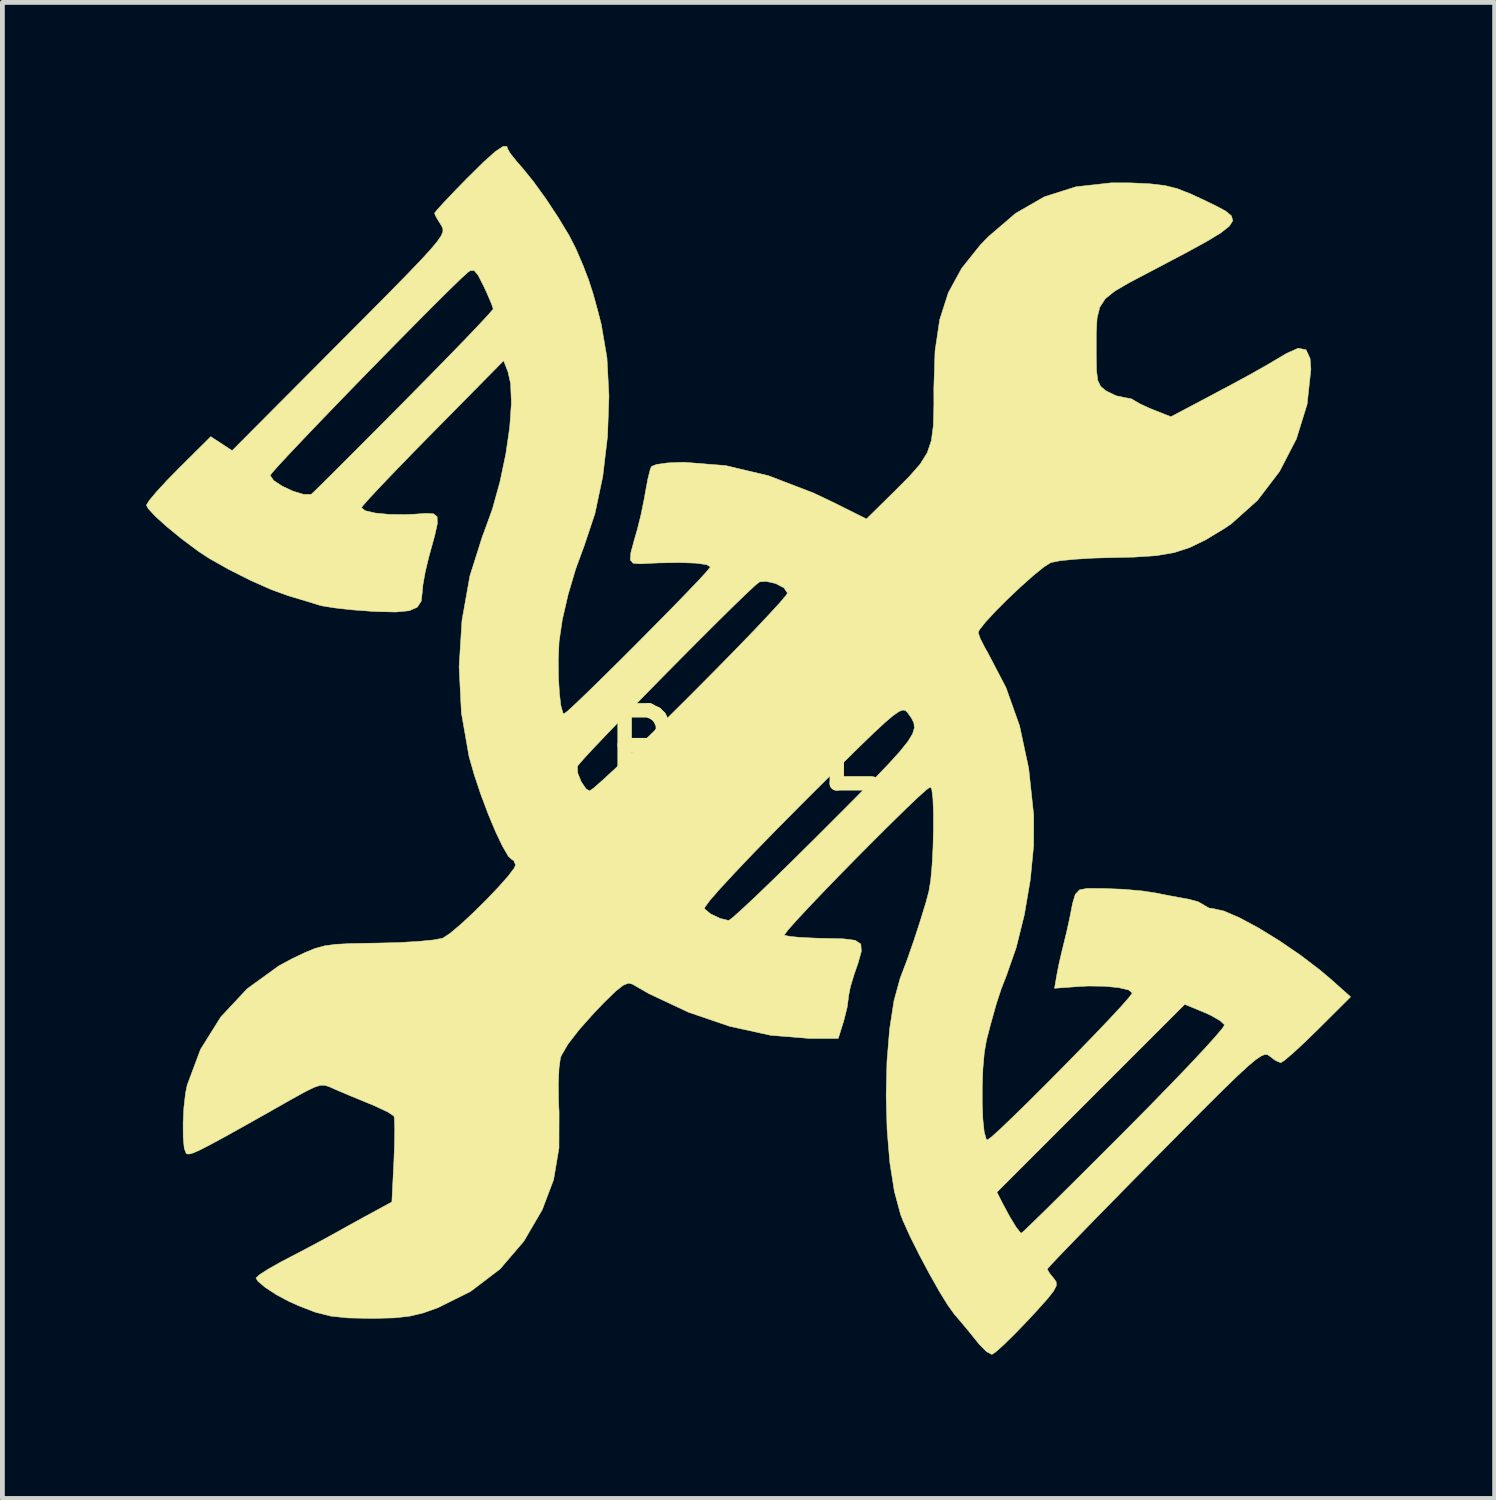
<source format=kicad_pcb>
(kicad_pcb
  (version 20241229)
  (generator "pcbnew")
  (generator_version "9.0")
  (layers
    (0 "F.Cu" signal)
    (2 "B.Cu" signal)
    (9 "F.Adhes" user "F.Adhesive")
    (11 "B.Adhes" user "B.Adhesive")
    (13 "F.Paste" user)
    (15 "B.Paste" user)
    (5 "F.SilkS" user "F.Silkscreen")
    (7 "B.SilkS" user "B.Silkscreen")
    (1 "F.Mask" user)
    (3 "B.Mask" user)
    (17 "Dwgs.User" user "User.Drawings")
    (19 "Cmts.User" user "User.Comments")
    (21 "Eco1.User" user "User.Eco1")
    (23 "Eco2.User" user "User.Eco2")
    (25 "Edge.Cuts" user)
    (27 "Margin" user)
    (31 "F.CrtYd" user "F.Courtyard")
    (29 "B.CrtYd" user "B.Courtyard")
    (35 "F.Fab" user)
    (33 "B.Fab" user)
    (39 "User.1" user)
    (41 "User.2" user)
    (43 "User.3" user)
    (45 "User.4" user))
  (footprint "BHVL"
    (layer "F.Cu")
    (at 12.451 12.607)
    (property "Reference" "BHVL" (at 0 0 0) (layer "F.SilkS") (effects (font (size 1.524 1.524) (thickness 0.3))))
    (attr through_hole)
    (fp_poly (pts (xy -4.923 -12.602) (xy -4.909 -12.552) (xy -4.855 -12.458) (xy -4.719 -12.287) (xy -4.599 -12.15) (xy -4.373 -11.872) (xy -4.111 -11.51) (xy -3.852 -11.118) (xy -3.63 -10.751) (xy -3.489 -10.477) (xy -3.335 -10.119) (xy -3.221 -9.823) (xy -3.125 -9.527) (xy -3.026 -9.167) (xy -2.955 -8.89) (xy -2.836 -8.192) (xy -2.794 -7.396) (xy -2.824 -6.554) (xy -2.923 -5.718) (xy -3.087 -4.939) (xy -3.308 -4.276) (xy -3.487 -3.789) (xy -3.647 -3.249) (xy -3.768 -2.722) (xy -3.834 -2.276) (xy -3.836 -2.245) (xy -3.851 -1.884) (xy -3.847 -1.519) (xy -3.828 -1.188) (xy -3.797 -0.929) (xy -3.755 -0.782) (xy -3.732 -0.762) (xy -3.657 -0.819) (xy -3.484 -0.979) (xy -3.232 -1.22) (xy -2.921 -1.524) (xy -2.571 -1.87) (xy -2.202 -2.239) (xy -1.833 -2.611) (xy -1.483 -2.966) (xy -1.174 -3.285) (xy -0.923 -3.547) (xy -0.752 -3.734) (xy -0.679 -3.824) (xy -0.677 -3.828) (xy -0.757 -3.875) (xy -0.98 -3.906) (xy -1.319 -3.918) (xy -1.748 -3.911) (xy -1.895 -3.905) (xy -2.142 -3.892) (xy -2.289 -3.904) (xy -2.349 -3.972) (xy -2.337 -4.125) (xy -2.264 -4.395) (xy -2.201 -4.614) (xy -2.127 -4.91) (xy -2.056 -5.258) (xy -2.033 -5.393) (xy -1.983 -5.66) (xy -1.933 -5.86) (xy -1.908 -5.922) (xy -1.801 -5.966) (xy -1.57 -5.998) (xy -1.26 -6.011) (xy -1.224 -6.011) (xy -0.359 -5.942) (xy 0.533 -5.731) (xy 1.47 -5.372) (xy 1.86 -5.187) (xy 2.58 -4.828) (xy 3.159 -5.399) (xy 3.476 -5.717) (xy 3.701 -5.974) (xy 3.848 -6.21) (xy 3.934 -6.465) (xy 3.975 -6.781) (xy 3.986 -7.199) (xy 3.985 -7.55) (xy 4.01 -8.33) (xy 4.107 -8.986) (xy 4.288 -9.55) (xy 4.565 -10.057) (xy 4.95 -10.539) (xy 5.118 -10.714) (xy 5.692 -11.206) (xy 6.292 -11.551) (xy 6.948 -11.759) (xy 7.689 -11.842) (xy 8.09 -11.841) (xy 8.502 -11.821) (xy 8.807 -11.785) (xy 9.068 -11.72) (xy 9.346 -11.61) (xy 9.595 -11.495) (xy 9.871 -11.362) (xy 10.074 -11.253) (xy 10.194 -11.154) (xy 10.223 -11.052) (xy 10.15 -10.937) (xy 9.968 -10.794) (xy 9.666 -10.612) (xy 9.236 -10.377) (xy 8.669 -10.078) (xy 8.492 -9.985) (xy 8.064 -9.76) (xy 7.762 -9.584) (xy 7.563 -9.424) (xy 7.447 -9.246) (xy 7.391 -9.016) (xy 7.374 -8.7) (xy 7.374 -8.265) (xy 7.374 -8.24) (xy 7.38 -7.917) (xy 7.406 -7.718) (xy 7.464 -7.597) (xy 7.566 -7.509) (xy 7.579 -7.5) (xy 7.785 -7.4) (xy 7.942 -7.366) (xy 8.108 -7.335) (xy 8.163 -7.303) (xy 8.276 -7.235) (xy 8.484 -7.139) (xy 8.58 -7.1) (xy 8.932 -6.961) (xy 9.694 -7.364) (xy 10.207 -7.637) (xy 10.61 -7.856) (xy 10.942 -8.044) (xy 11.245 -8.223) (xy 11.341 -8.281) (xy 11.589 -8.391) (xy 11.752 -8.358) (xy 11.836 -8.177) (xy 11.853 -7.952) (xy 11.774 -7.221) (xy 11.55 -6.498) (xy 11.198 -5.818) (xy 10.739 -5.216) (xy 10.191 -4.726) (xy 10.043 -4.626) (xy 9.659 -4.394) (xy 9.326 -4.232) (xy 8.997 -4.125) (xy 8.626 -4.062) (xy 8.166 -4.032) (xy 7.747 -4.023) (xy 7.312 -4.011) (xy 6.92 -3.987) (xy 6.613 -3.956) (xy 6.431 -3.919) (xy 6.421 -3.915) (xy 6.274 -3.821) (xy 6.055 -3.643) (xy 5.794 -3.41) (xy 5.521 -3.152) (xy 5.267 -2.897) (xy 5.062 -2.675) (xy 4.936 -2.515) (xy 4.911 -2.459) (xy 4.952 -2.335) (xy 5.055 -2.133) (xy 5.103 -2.051) (xy 5.49 -1.31) (xy 5.774 -0.512) (xy 5.964 0.375) (xy 6.069 1.355) (xy 6.068 1.982) (xy 5.999 2.695) (xy 5.874 3.429) (xy 5.702 4.122) (xy 5.5 4.699) (xy 5.393 4.973) (xy 5.289 5.29) (xy 5.175 5.696) (xy 5.082 6.054) (xy 5.038 6.308) (xy 5.009 6.639) (xy 4.995 7.008) (xy 4.995 7.378) (xy 5.009 7.711) (xy 5.037 7.968) (xy 5.078 8.112) (xy 5.101 8.13) (xy 5.183 8.072) (xy 5.361 7.912) (xy 5.616 7.668) (xy 5.929 7.363) (xy 6.279 7.014) (xy 6.648 6.643) (xy 7.014 6.269) (xy 7.359 5.913) (xy 7.662 5.594) (xy 7.904 5.333) (xy 8.065 5.149) (xy 8.126 5.063) (xy 8.126 5.063) (xy 8.05 5) (xy 7.846 4.952) (xy 7.553 4.923) (xy 7.211 4.918) (xy 7.017 4.928) (xy 6.504 4.965) (xy 6.548 4.705) (xy 6.599 4.445) (xy 6.668 4.148) (xy 6.679 4.106) (xy 6.75 3.816) (xy 6.81 3.546) (xy 6.817 3.514) (xy 6.88 3.194) (xy 6.937 3.004) (xy 7.026 2.911) (xy 7.185 2.881) (xy 7.455 2.882) (xy 7.558 2.884) (xy 7.941 2.899) (xy 8.327 2.933) (xy 8.594 2.973) (xy 8.906 3.034) (xy 9.199 3.088) (xy 9.293 3.104) (xy 9.496 3.158) (xy 9.613 3.223) (xy 9.615 3.227) (xy 9.73 3.292) (xy 9.81 3.302) (xy 10.039 3.353) (xy 10.367 3.495) (xy 10.763 3.708) (xy 11.196 3.974) (xy 11.635 4.274) (xy 12.049 4.59) (xy 12.271 4.778) (xy 12.682 5.144) (xy 11.991 5.832) (xy 11.711 6.104) (xy 11.472 6.325) (xy 11.299 6.471) (xy 11.223 6.519) (xy 11.107 6.468) (xy 10.994 6.381) (xy 10.949 6.351) (xy 10.893 6.347) (xy 10.814 6.378) (xy 10.7 6.456) (xy 10.539 6.591) (xy 10.319 6.794) (xy 10.029 7.075) (xy 9.656 7.445) (xy 9.189 7.915) (xy 8.616 8.494) (xy 8.596 8.514) (xy 8.091 9.025) (xy 7.627 9.498) (xy 7.214 9.92) (xy 6.868 10.277) (xy 6.6 10.555) (xy 6.423 10.742) (xy 6.351 10.824) (xy 6.35 10.826) (xy 6.4 10.913) (xy 6.487 11.018) (xy 6.538 11.09) (xy 6.542 11.171) (xy 6.482 11.286) (xy 6.344 11.459) (xy 6.112 11.717) (xy 5.958 11.883) (xy 5.686 12.166) (xy 5.45 12.398) (xy 5.277 12.553) (xy 5.196 12.606) (xy 5.088 12.55) (xy 4.937 12.4) (xy 4.889 12.34) (xy 4.691 12.094) (xy 4.466 11.827) (xy 4.415 11.769) (xy 4.278 11.579) (xy 4.093 11.278) (xy 3.884 10.907) (xy 3.673 10.51) (xy 3.483 10.129) (xy 3.338 9.807) (xy 3.294 9.694) (xy 3.166 9.22) (xy 5.301 9.22) (xy 5.421 9.457) (xy 5.571 9.735) (xy 5.703 9.951) (xy 5.794 10.066) (xy 5.811 10.075) (xy 5.877 10.018) (xy 6.048 9.853) (xy 6.312 9.596) (xy 6.653 9.259) (xy 7.059 8.856) (xy 7.516 8.4) (xy 7.965 7.951) (xy 8.455 7.456) (xy 8.903 6.996) (xy 9.296 6.587) (xy 9.62 6.241) (xy 9.863 5.972) (xy 10.011 5.796) (xy 10.052 5.728) (xy 9.96 5.642) (xy 9.762 5.529) (xy 9.62 5.465) (xy 9.221 5.3) (xy 7.261 7.26) (xy 5.301 9.22) (xy 3.166 9.22) (xy 3.162 9.206) (xy 3.067 8.603) (xy 3.01 7.923) (xy 2.99 7.207) (xy 3.007 6.492) (xy 3.062 5.82) (xy 3.153 5.228) (xy 3.282 4.756) (xy 3.304 4.699) (xy 3.426 4.377) (xy 3.567 3.973) (xy 3.705 3.549) (xy 3.821 3.17) (xy 3.882 2.941) (xy 3.92 2.713) (xy 3.948 2.398) (xy 3.968 2.032) (xy 3.977 1.654) (xy 3.977 1.3) (xy 3.966 1.009) (xy 3.943 0.818) (xy 3.915 0.762) (xy 3.834 0.819) (xy 3.657 0.977) (xy 3.405 1.217) (xy 3.095 1.52) (xy 2.748 1.865) (xy 2.382 2.233) (xy 2.016 2.606) (xy 1.671 2.963) (xy 1.364 3.285) (xy 1.115 3.553) (xy 0.943 3.747) (xy 0.867 3.848) (xy 0.866 3.857) (xy 0.969 3.882) (xy 1.2 3.904) (xy 1.52 3.919) (xy 1.708 3.924) (xy 2.1 3.933) (xy 2.343 3.964) (xy 2.461 4.041) (xy 2.473 4.192) (xy 2.403 4.443) (xy 2.322 4.676) (xy 2.245 4.929) (xy 2.204 5.137) (xy 2.201 5.177) (xy 2.177 5.358) (xy 2.115 5.609) (xy 2.096 5.674) (xy 1.991 6.011) (xy 1.378 6.011) (xy 0.58 5.946) (xy -0.273 5.759) (xy -1.135 5.465) (xy -1.961 5.077) (xy -2.304 4.879) (xy -2.387 4.858) (xy -2.495 4.901) (xy -2.654 5.026) (xy -2.885 5.251) (xy -3.088 5.461) (xy -3.408 5.819) (xy -3.649 6.13) (xy -3.788 6.368) (xy -3.807 6.42) (xy -3.836 6.631) (xy -3.85 6.955) (xy -3.845 7.34) (xy -3.835 7.547) (xy -3.837 8.297) (xy -3.949 8.959) (xy -4.186 9.586) (xy -4.562 10.23) (xy -4.578 10.253) (xy -5.065 10.822) (xy -5.681 11.291) (xy -6.364 11.631) (xy -6.673 11.741) (xy -6.956 11.808) (xy -7.275 11.843) (xy -7.69 11.853) (xy -7.772 11.853) (xy -8.237 11.844) (xy -8.598 11.806) (xy -8.921 11.725) (xy -9.272 11.589) (xy -9.483 11.493) (xy -9.737 11.357) (xy -9.964 11.209) (xy -10.118 11.079) (xy -10.16 11.012) (xy -10.09 10.945) (xy -9.902 10.824) (xy -9.632 10.672) (xy -9.504 10.605) (xy -9.153 10.422) (xy -8.815 10.242) (xy -8.552 10.098) (xy -8.509 10.074) (xy -8.229 9.918) (xy -7.9 9.737) (xy -7.747 9.654) (xy -7.324 9.424) (xy -7.281 8.556) (xy -7.268 8.188) (xy -7.264 7.886) (xy -7.271 7.688) (xy -7.281 7.632) (xy -7.408 7.547) (xy -7.688 7.416) (xy -7.959 7.304) (xy -8.178 7.214) (xy -8.445 7.101) (xy -8.492 7.081) (xy -8.619 7.024) (xy -8.717 6.99) (xy -8.816 6.989) (xy -8.945 7.031) (xy -9.134 7.124) (xy -9.413 7.278) (xy -9.81 7.503) (xy -9.821 7.51) (xy -10.37 7.819) (xy -10.79 8.053) (xy -11.1 8.221) (xy -11.317 8.333) (xy -11.461 8.398) (xy -11.55 8.424) (xy -11.601 8.421) (xy -11.614 8.415) (xy -11.656 8.307) (xy -11.678 8.079) (xy -11.68 7.778) (xy -11.664 7.453) (xy -11.629 7.152) (xy -11.595 6.985) (xy -11.317 6.241) (xy -10.894 5.564) (xy -10.344 4.976) (xy -9.686 4.499) (xy -9.404 4.347) (xy -9.141 4.222) (xy -8.93 4.135) (xy -8.73 4.08) (xy -8.498 4.048) (xy -8.192 4.032) (xy -7.771 4.024) (xy -7.62 4.022) (xy -7.178 4.011) (xy -6.78 3.988) (xy -6.467 3.958) (xy -6.276 3.923) (xy -6.258 3.917) (xy -6.112 3.821) (xy -5.894 3.638) (xy -5.635 3.398) (xy -5.54 3.304) (xy -0.803 3.304) (xy -0.674 3.412) (xy -0.469 3.509) (xy -0.296 3.551) (xy -0.217 3.494) (xy -0.035 3.331) (xy 0.238 3.077) (xy 0.584 2.744) (xy 0.991 2.347) (xy 1.442 1.901) (xy 1.724 1.62) (xy 2.267 1.076) (xy 2.701 0.638) (xy 3.035 0.291) (xy 3.279 0.022) (xy 3.445 -0.186) (xy 3.542 -0.344) (xy 3.579 -0.469) (xy 3.568 -0.574) (xy 3.518 -0.673) (xy 3.44 -0.782) (xy 3.429 -0.796) (xy 3.39 -0.833) (xy 3.338 -0.841) (xy 3.26 -0.811) (xy 3.143 -0.731) (xy 2.976 -0.59) (xy 2.746 -0.378) (xy 2.441 -0.084) (xy 2.049 0.303) (xy 1.557 0.793) (xy 1.223 1.126) (xy 0.693 1.661) (xy 0.227 2.139) (xy -0.165 2.551) (xy -0.473 2.884) (xy -0.686 3.128) (xy -0.793 3.272) (xy -0.803 3.304) (xy -5.54 3.304) (xy -5.364 3.131) (xy -5.11 2.865) (xy -4.903 2.632) (xy -4.772 2.46) (xy -4.742 2.392) (xy -4.785 2.293) (xy -4.811 2.286) (xy -4.893 2.211) (xy -5.013 2.005) (xy -5.158 1.702) (xy -5.313 1.332) (xy -5.465 0.928) (xy -5.602 0.52) (xy -5.655 0.335) (xy -3.453 0.335) (xy -3.445 0.476) (xy -3.372 0.657) (xy -3.272 0.804) (xy -3.199 0.847) (xy -3.115 0.789) (xy -2.928 0.624) (xy -2.65 0.368) (xy -2.298 0.032) (xy -1.885 -0.368) (xy -1.427 -0.819) (xy -1.08 -1.164) (xy -0.602 -1.645) (xy -0.164 -2.091) (xy 0.22 -2.488) (xy 0.534 -2.821) (xy 0.766 -3.074) (xy 0.902 -3.234) (xy 0.931 -3.282) (xy 0.858 -3.39) (xy 0.685 -3.481) (xy 0.481 -3.527) (xy 0.349 -3.515) (xy 0.264 -3.448) (xy 0.08 -3.277) (xy -0.186 -3.02) (xy -0.516 -2.695) (xy -0.892 -2.32) (xy -1.297 -1.913) (xy -1.713 -1.492) (xy -2.122 -1.075) (xy -2.507 -0.681) (xy -2.848 -0.327) (xy -3.13 -0.03) (xy -3.333 0.19) (xy -3.441 0.316) (xy -3.453 0.335) (xy -5.655 0.335) (xy -5.71 0.142) (xy -5.714 0.127) (xy -5.873 -0.781) (xy -5.921 -1.743) (xy -5.861 -2.712) (xy -5.696 -3.639) (xy -5.43 -4.479) (xy -5.409 -4.53) (xy -5.224 -5.041) (xy -5.068 -5.605) (xy -4.946 -6.184) (xy -4.865 -6.742) (xy -4.83 -7.244) (xy -4.846 -7.654) (xy -4.901 -7.897) (xy -4.992 -8.131) (xy -6.475 -6.627) (xy -6.882 -6.213) (xy -7.246 -5.837) (xy -7.552 -5.517) (xy -7.783 -5.27) (xy -7.923 -5.113) (xy -7.959 -5.063) (xy -7.881 -5) (xy -7.674 -4.952) (xy -7.378 -4.923) (xy -7.034 -4.919) (xy -6.848 -4.928) (xy -6.608 -4.945) (xy -6.455 -4.936) (xy -6.38 -4.875) (xy -6.374 -4.735) (xy -6.428 -4.488) (xy -6.533 -4.108) (xy -6.552 -4.039) (xy -6.627 -3.728) (xy -6.677 -3.447) (xy -6.689 -3.308) (xy -6.711 -3.114) (xy -6.794 -2.986) (xy -6.963 -2.913) (xy -7.243 -2.886) (xy -7.66 -2.896) (xy -7.77 -2.903) (xy -8.158 -2.932) (xy -8.508 -2.971) (xy -8.768 -3.012) (xy -8.848 -3.032) (xy -9.092 -3.108) (xy -9.392 -3.198) (xy -9.483 -3.225) (xy -9.842 -3.355) (xy -10.279 -3.549) (xy -10.731 -3.777) (xy -11.137 -4.006) (xy -11.362 -4.154) (xy -11.708 -4.412) (xy -12.015 -4.663) (xy -12.258 -4.882) (xy -12.409 -5.045) (xy -12.446 -5.116) (xy -12.389 -5.211) (xy -12.235 -5.395) (xy -12.008 -5.641) (xy -11.914 -5.736) (xy -9.864 -5.736) (xy -9.791 -5.631) (xy -9.612 -5.513) (xy -9.384 -5.407) (xy -9.165 -5.341) (xy -9.015 -5.34) (xy -8.998 -5.35) (xy -8.914 -5.43) (xy -8.726 -5.615) (xy -8.45 -5.89) (xy -8.101 -6.239) (xy -7.695 -6.646) (xy -7.247 -7.097) (xy -7.049 -7.296) (xy -6.594 -7.758) (xy -6.179 -8.181) (xy -5.82 -8.551) (xy -5.531 -8.854) (xy -5.326 -9.073) (xy -5.221 -9.194) (xy -5.209 -9.213) (xy -5.244 -9.316) (xy -5.331 -9.519) (xy -5.404 -9.679) (xy -5.523 -9.912) (xy -5.607 -10.013) (xy -5.687 -10.01) (xy -5.736 -9.976) (xy -5.868 -9.857) (xy -6.091 -9.641) (xy -6.388 -9.347) (xy -6.744 -8.99) (xy -7.141 -8.588) (xy -7.563 -8.158) (xy -7.994 -7.717) (xy -8.417 -7.281) (xy -8.815 -6.868) (xy -9.172 -6.494) (xy -9.472 -6.177) (xy -9.697 -5.934) (xy -9.832 -5.781) (xy -9.864 -5.736) (xy -11.914 -5.736) (xy -11.774 -5.879) (xy -11.103 -6.546) (xy -10.88 -6.4) (xy -10.657 -6.254) (xy -8.413 -8.509) (xy -7.836 -9.088) (xy -7.369 -9.559) (xy -7 -9.936) (xy -6.719 -10.229) (xy -6.515 -10.452) (xy -6.378 -10.616) (xy -6.296 -10.734) (xy -6.26 -10.819) (xy -6.259 -10.882) (xy -6.282 -10.937) (xy -6.301 -10.967) (xy -6.398 -11.125) (xy -6.435 -11.208) (xy -6.379 -11.279) (xy -6.227 -11.445) (xy -6.004 -11.68) (xy -5.76 -11.93) (xy -5.412 -12.274) (xy -5.163 -12.496) (xy -5.003 -12.602) (xy -4.923 -12.602)) (stroke (width 0.01) (type solid)) (fill yes) (layer "F.SilkS")))
  (gr_rect
    (start -3 -3)
    (end 28.138 28.218)
    (stroke (width 0.1) (type default))
    (fill no)
    (layer "Edge.Cuts")))
</source>
